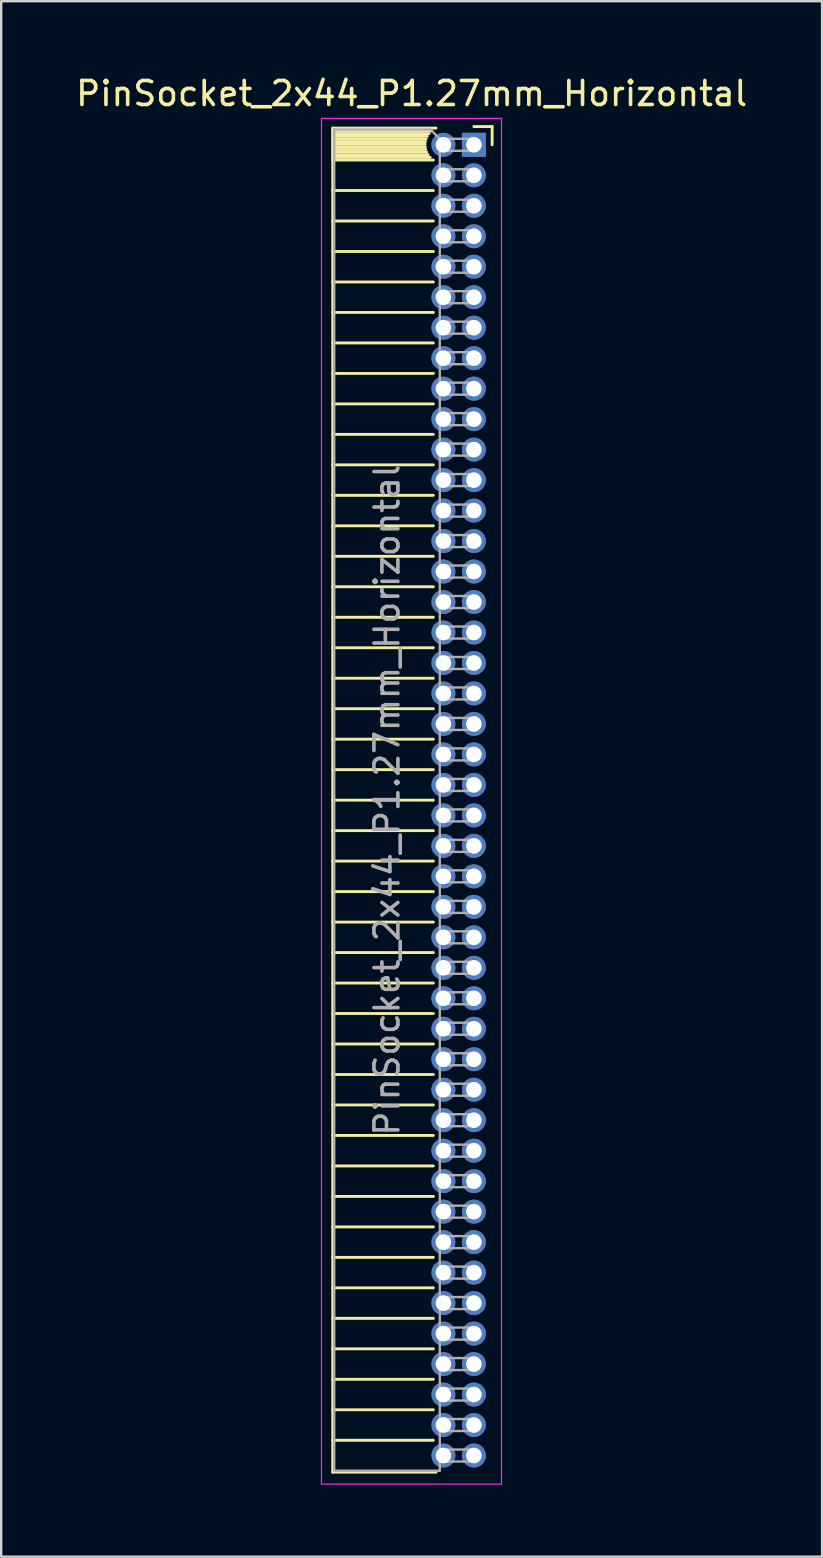
<source format=kicad_pcb>
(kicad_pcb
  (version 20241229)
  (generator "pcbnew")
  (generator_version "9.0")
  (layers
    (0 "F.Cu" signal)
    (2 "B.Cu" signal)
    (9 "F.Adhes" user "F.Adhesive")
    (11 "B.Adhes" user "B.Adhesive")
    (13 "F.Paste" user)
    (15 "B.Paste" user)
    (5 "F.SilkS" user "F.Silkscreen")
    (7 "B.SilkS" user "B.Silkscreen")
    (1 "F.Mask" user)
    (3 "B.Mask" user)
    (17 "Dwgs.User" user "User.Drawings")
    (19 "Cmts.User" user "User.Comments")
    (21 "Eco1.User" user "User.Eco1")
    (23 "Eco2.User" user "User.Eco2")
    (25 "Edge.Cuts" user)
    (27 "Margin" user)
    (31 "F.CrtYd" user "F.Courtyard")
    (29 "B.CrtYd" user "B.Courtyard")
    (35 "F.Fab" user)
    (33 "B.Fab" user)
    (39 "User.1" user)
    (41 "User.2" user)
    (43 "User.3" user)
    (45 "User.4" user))
  (footprint "PinSocket_2x44_P1.27mm_Horizontal"
    (layer "F.Cu")
    (at 16.694 2.983)
    (property "Reference" "PinSocket_2x44_P1.27mm_Horizontal" (at -2.592 -2.135 0) (layer "F.SilkS") (effects (font (size 1 1) (thickness 0.15))))
    (attr through_hole)
    (fp_line (start -5.88 -0.695) (end -5.88 55.305) (stroke (width 0.12) (type solid)) (layer "F.SilkS"))
    (fp_line (start -5.88 -0.695) (end -1.578 -0.695) (stroke (width 0.12) (type solid)) (layer "F.SilkS"))
    (fp_line (start -5.88 -0.575) (end -1.767 -0.575) (stroke (width 0.12) (type solid)) (layer "F.SilkS"))
    (fp_line (start -5.88 -0.465) (end -1.871 -0.465) (stroke (width 0.12) (type solid)) (layer "F.SilkS"))
    (fp_line (start -5.88 -0.355) (end -1.942 -0.355) (stroke (width 0.12) (type solid)) (layer "F.SilkS"))
    (fp_line (start -5.88 -0.245) (end -1.989 -0.245) (stroke (width 0.12) (type solid)) (layer "F.SilkS"))
    (fp_line (start -5.88 -0.135) (end -2.018 -0.135) (stroke (width 0.12) (type solid)) (layer "F.SilkS"))
    (fp_line (start -5.88 -0.025) (end -2.03 -0.025) (stroke (width 0.12) (type solid)) (layer "F.SilkS"))
    (fp_line (start -5.88 0.085) (end -2.025 0.085) (stroke (width 0.12) (type solid)) (layer "F.SilkS"))
    (fp_line (start -5.88 0.195) (end -2.005 0.195) (stroke (width 0.12) (type solid)) (layer "F.SilkS"))
    (fp_line (start -5.88 0.305) (end -1.966 0.305) (stroke (width 0.12) (type solid)) (layer "F.SilkS"))
    (fp_line (start -5.88 0.415) (end -1.907 0.415) (stroke (width 0.12) (type solid)) (layer "F.SilkS"))
    (fp_line (start -5.88 0.525) (end -1.82 0.525) (stroke (width 0.12) (type solid)) (layer "F.SilkS"))
    (fp_line (start -5.88 0.635) (end -1.688 0.635) (stroke (width 0.12) (type solid)) (layer "F.SilkS"))
    (fp_line (start -5.88 1.905) (end -1.688 1.905) (stroke (width 0.12) (type solid)) (layer "F.SilkS"))
    (fp_line (start -5.88 3.175) (end -1.688 3.175) (stroke (width 0.12) (type solid)) (layer "F.SilkS"))
    (fp_line (start -5.88 4.445) (end -1.688 4.445) (stroke (width 0.12) (type solid)) (layer "F.SilkS"))
    (fp_line (start -5.88 5.715) (end -1.688 5.715) (stroke (width 0.12) (type solid)) (layer "F.SilkS"))
    (fp_line (start -5.88 6.985) (end -1.688 6.985) (stroke (width 0.12) (type solid)) (layer "F.SilkS"))
    (fp_line (start -5.88 8.255) (end -1.688 8.255) (stroke (width 0.12) (type solid)) (layer "F.SilkS"))
    (fp_line (start -5.88 9.525) (end -1.688 9.525) (stroke (width 0.12) (type solid)) (layer "F.SilkS"))
    (fp_line (start -5.88 10.795) (end -1.688 10.795) (stroke (width 0.12) (type solid)) (layer "F.SilkS"))
    (fp_line (start -5.88 12.065) (end -1.688 12.065) (stroke (width 0.12) (type solid)) (layer "F.SilkS"))
    (fp_line (start -5.88 13.335) (end -1.688 13.335) (stroke (width 0.12) (type solid)) (layer "F.SilkS"))
    (fp_line (start -5.88 14.605) (end -1.688 14.605) (stroke (width 0.12) (type solid)) (layer "F.SilkS"))
    (fp_line (start -5.88 15.875) (end -1.688 15.875) (stroke (width 0.12) (type solid)) (layer "F.SilkS"))
    (fp_line (start -5.88 17.145) (end -1.688 17.145) (stroke (width 0.12) (type solid)) (layer "F.SilkS"))
    (fp_line (start -5.88 18.415) (end -1.688 18.415) (stroke (width 0.12) (type solid)) (layer "F.SilkS"))
    (fp_line (start -5.88 19.685) (end -1.688 19.685) (stroke (width 0.12) (type solid)) (layer "F.SilkS"))
    (fp_line (start -5.88 20.955) (end -1.688 20.955) (stroke (width 0.12) (type solid)) (layer "F.SilkS"))
    (fp_line (start -5.88 22.225) (end -1.688 22.225) (stroke (width 0.12) (type solid)) (layer "F.SilkS"))
    (fp_line (start -5.88 23.495) (end -1.688 23.495) (stroke (width 0.12) (type solid)) (layer "F.SilkS"))
    (fp_line (start -5.88 24.765) (end -1.688 24.765) (stroke (width 0.12) (type solid)) (layer "F.SilkS"))
    (fp_line (start -5.88 26.035) (end -1.688 26.035) (stroke (width 0.12) (type solid)) (layer "F.SilkS"))
    (fp_line (start -5.88 27.305) (end -1.688 27.305) (stroke (width 0.12) (type solid)) (layer "F.SilkS"))
    (fp_line (start -5.88 28.575) (end -1.688 28.575) (stroke (width 0.12) (type solid)) (layer "F.SilkS"))
    (fp_line (start -5.88 29.845) (end -1.688 29.845) (stroke (width 0.12) (type solid)) (layer "F.SilkS"))
    (fp_line (start -5.88 31.115) (end -1.688 31.115) (stroke (width 0.12) (type solid)) (layer "F.SilkS"))
    (fp_line (start -5.88 32.385) (end -1.688 32.385) (stroke (width 0.12) (type solid)) (layer "F.SilkS"))
    (fp_line (start -5.88 33.655) (end -1.688 33.655) (stroke (width 0.12) (type solid)) (layer "F.SilkS"))
    (fp_line (start -5.88 34.925) (end -1.688 34.925) (stroke (width 0.12) (type solid)) (layer "F.SilkS"))
    (fp_line (start -5.88 36.195) (end -1.688 36.195) (stroke (width 0.12) (type solid)) (layer "F.SilkS"))
    (fp_line (start -5.88 37.465) (end -1.688 37.465) (stroke (width 0.12) (type solid)) (layer "F.SilkS"))
    (fp_line (start -5.88 38.735) (end -1.688 38.735) (stroke (width 0.12) (type solid)) (layer "F.SilkS"))
    (fp_line (start -5.88 40.005) (end -1.688 40.005) (stroke (width 0.12) (type solid)) (layer "F.SilkS"))
    (fp_line (start -5.88 41.275) (end -1.688 41.275) (stroke (width 0.12) (type solid)) (layer "F.SilkS"))
    (fp_line (start -5.88 42.545) (end -1.688 42.545) (stroke (width 0.12) (type solid)) (layer "F.SilkS"))
    (fp_line (start -5.88 43.815) (end -1.688 43.815) (stroke (width 0.12) (type solid)) (layer "F.SilkS"))
    (fp_line (start -5.88 45.085) (end -1.688 45.085) (stroke (width 0.12) (type solid)) (layer "F.SilkS"))
    (fp_line (start -5.88 46.355) (end -1.688 46.355) (stroke (width 0.12) (type solid)) (layer "F.SilkS"))
    (fp_line (start -5.88 47.625) (end -1.688 47.625) (stroke (width 0.12) (type solid)) (layer "F.SilkS"))
    (fp_line (start -5.88 48.895) (end -1.688 48.895) (stroke (width 0.12) (type solid)) (layer "F.SilkS"))
    (fp_line (start -5.88 50.165) (end -1.688 50.165) (stroke (width 0.12) (type solid)) (layer "F.SilkS"))
    (fp_line (start -5.88 51.435) (end -1.688 51.435) (stroke (width 0.12) (type solid)) (layer "F.SilkS"))
    (fp_line (start -5.88 52.705) (end -1.688 52.705) (stroke (width 0.12) (type solid)) (layer "F.SilkS"))
    (fp_line (start -5.88 53.975) (end -1.688 53.975) (stroke (width 0.12) (type solid)) (layer "F.SilkS"))
    (fp_line (start -5.88 55.305) (end -1.578 55.305) (stroke (width 0.12) (type solid)) (layer "F.SilkS"))
    (fp_line (start 0 -0.76) (end 0.76 -0.76) (stroke (width 0.12) (type solid)) (layer "F.SilkS"))
    (fp_line (start 0.76 -0.76) (end 0.76 0) (stroke (width 0.12) (type solid)) (layer "F.SilkS"))
    (fp_line (start -6.35 -1.1) (end -6.35 55.8) (stroke (width 0.05) (type solid)) (layer "F.CrtYd"))
    (fp_line (start -6.35 55.8) (end 1.15 55.8) (stroke (width 0.05) (type solid)) (layer "F.CrtYd"))
    (fp_line (start 1.15 -1.1) (end -6.35 -1.1) (stroke (width 0.05) (type solid)) (layer "F.CrtYd"))
    (fp_line (start 1.15 55.8) (end 1.15 -1.1) (stroke (width 0.05) (type solid)) (layer "F.CrtYd"))
    (fp_line (start -5.82 -0.635) (end -1.805 -0.635) (stroke (width 0.1) (type solid)) (layer "F.Fab"))
    (fp_line (start -5.82 55.245) (end -5.82 -0.635) (stroke (width 0.1) (type solid)) (layer "F.Fab"))
    (fp_line (start -1.805 -0.635) (end -1.42 -0.25) (stroke (width 0.1) (type solid)) (layer "F.Fab"))
    (fp_line (start -1.42 -0.25) (end -1.42 55.245) (stroke (width 0.1) (type solid)) (layer "F.Fab"))
    (fp_line (start -1.42 0.25) (end 0 0.25) (stroke (width 0.1) (type solid)) (layer "F.Fab"))
    (fp_line (start -1.42 1.52) (end 0 1.52) (stroke (width 0.1) (type solid)) (layer "F.Fab"))
    (fp_line (start -1.42 2.79) (end 0 2.79) (stroke (width 0.1) (type solid)) (layer "F.Fab"))
    (fp_line (start -1.42 4.06) (end 0 4.06) (stroke (width 0.1) (type solid)) (layer "F.Fab"))
    (fp_line (start -1.42 5.33) (end 0 5.33) (stroke (width 0.1) (type solid)) (layer "F.Fab"))
    (fp_line (start -1.42 6.6) (end 0 6.6) (stroke (width 0.1) (type solid)) (layer "F.Fab"))
    (fp_line (start -1.42 7.87) (end 0 7.87) (stroke (width 0.1) (type solid)) (layer "F.Fab"))
    (fp_line (start -1.42 9.14) (end 0 9.14) (stroke (width 0.1) (type solid)) (layer "F.Fab"))
    (fp_line (start -1.42 10.41) (end 0 10.41) (stroke (width 0.1) (type solid)) (layer "F.Fab"))
    (fp_line (start -1.42 11.68) (end 0 11.68) (stroke (width 0.1) (type solid)) (layer "F.Fab"))
    (fp_line (start -1.42 12.95) (end 0 12.95) (stroke (width 0.1) (type solid)) (layer "F.Fab"))
    (fp_line (start -1.42 14.22) (end 0 14.22) (stroke (width 0.1) (type solid)) (layer "F.Fab"))
    (fp_line (start -1.42 15.49) (end 0 15.49) (stroke (width 0.1) (type solid)) (layer "F.Fab"))
    (fp_line (start -1.42 16.76) (end 0 16.76) (stroke (width 0.1) (type solid)) (layer "F.Fab"))
    (fp_line (start -1.42 18.03) (end 0 18.03) (stroke (width 0.1) (type solid)) (layer "F.Fab"))
    (fp_line (start -1.42 19.3) (end 0 19.3) (stroke (width 0.1) (type solid)) (layer "F.Fab"))
    (fp_line (start -1.42 20.57) (end 0 20.57) (stroke (width 0.1) (type solid)) (layer "F.Fab"))
    (fp_line (start -1.42 21.84) (end 0 21.84) (stroke (width 0.1) (type solid)) (layer "F.Fab"))
    (fp_line (start -1.42 23.11) (end 0 23.11) (stroke (width 0.1) (type solid)) (layer "F.Fab"))
    (fp_line (start -1.42 24.38) (end 0 24.38) (stroke (width 0.1) (type solid)) (layer "F.Fab"))
    (fp_line (start -1.42 25.65) (end 0 25.65) (stroke (width 0.1) (type solid)) (layer "F.Fab"))
    (fp_line (start -1.42 26.92) (end 0 26.92) (stroke (width 0.1) (type solid)) (layer "F.Fab"))
    (fp_line (start -1.42 28.19) (end 0 28.19) (stroke (width 0.1) (type solid)) (layer "F.Fab"))
    (fp_line (start -1.42 29.46) (end 0 29.46) (stroke (width 0.1) (type solid)) (layer "F.Fab"))
    (fp_line (start -1.42 30.73) (end 0 30.73) (stroke (width 0.1) (type solid)) (layer "F.Fab"))
    (fp_line (start -1.42 32) (end 0 32) (stroke (width 0.1) (type solid)) (layer "F.Fab"))
    (fp_line (start -1.42 33.27) (end 0 33.27) (stroke (width 0.1) (type solid)) (layer "F.Fab"))
    (fp_line (start -1.42 34.54) (end 0 34.54) (stroke (width 0.1) (type solid)) (layer "F.Fab"))
    (fp_line (start -1.42 35.81) (end 0 35.81) (stroke (width 0.1) (type solid)) (layer "F.Fab"))
    (fp_line (start -1.42 37.08) (end 0 37.08) (stroke (width 0.1) (type solid)) (layer "F.Fab"))
    (fp_line (start -1.42 38.35) (end 0 38.35) (stroke (width 0.1) (type solid)) (layer "F.Fab"))
    (fp_line (start -1.42 39.62) (end 0 39.62) (stroke (width 0.1) (type solid)) (layer "F.Fab"))
    (fp_line (start -1.42 40.89) (end 0 40.89) (stroke (width 0.1) (type solid)) (layer "F.Fab"))
    (fp_line (start -1.42 42.16) (end 0 42.16) (stroke (width 0.1) (type solid)) (layer "F.Fab"))
    (fp_line (start -1.42 43.43) (end 0 43.43) (stroke (width 0.1) (type solid)) (layer "F.Fab"))
    (fp_line (start -1.42 44.7) (end 0 44.7) (stroke (width 0.1) (type solid)) (layer "F.Fab"))
    (fp_line (start -1.42 45.97) (end 0 45.97) (stroke (width 0.1) (type solid)) (layer "F.Fab"))
    (fp_line (start -1.42 47.24) (end 0 47.24) (stroke (width 0.1) (type solid)) (layer "F.Fab"))
    (fp_line (start -1.42 48.51) (end 0 48.51) (stroke (width 0.1) (type solid)) (layer "F.Fab"))
    (fp_line (start -1.42 49.78) (end 0 49.78) (stroke (width 0.1) (type solid)) (layer "F.Fab"))
    (fp_line (start -1.42 51.05) (end 0 51.05) (stroke (width 0.1) (type solid)) (layer "F.Fab"))
    (fp_line (start -1.42 52.32) (end 0 52.32) (stroke (width 0.1) (type solid)) (layer "F.Fab"))
    (fp_line (start -1.42 53.59) (end 0 53.59) (stroke (width 0.1) (type solid)) (layer "F.Fab"))
    (fp_line (start -1.42 54.86) (end 0 54.86) (stroke (width 0.1) (type solid)) (layer "F.Fab"))
    (fp_line (start -1.42 55.245) (end -5.82 55.245) (stroke (width 0.1) (type solid)) (layer "F.Fab"))
    (fp_line (start 0 -0.25) (end -1.42 -0.25) (stroke (width 0.1) (type solid)) (layer "F.Fab"))
    (fp_line (start 0 0.25) (end 0 -0.25) (stroke (width 0.1) (type solid)) (layer "F.Fab"))
    (fp_line (start 0 1.02) (end -1.42 1.02) (stroke (width 0.1) (type solid)) (layer "F.Fab"))
    (fp_line (start 0 1.52) (end 0 1.02) (stroke (width 0.1) (type solid)) (layer "F.Fab"))
    (fp_line (start 0 2.29) (end -1.42 2.29) (stroke (width 0.1) (type solid)) (layer "F.Fab"))
    (fp_line (start 0 2.79) (end 0 2.29) (stroke (width 0.1) (type solid)) (layer "F.Fab"))
    (fp_line (start 0 3.56) (end -1.42 3.56) (stroke (width 0.1) (type solid)) (layer "F.Fab"))
    (fp_line (start 0 4.06) (end 0 3.56) (stroke (width 0.1) (type solid)) (layer "F.Fab"))
    (fp_line (start 0 4.83) (end -1.42 4.83) (stroke (width 0.1) (type solid)) (layer "F.Fab"))
    (fp_line (start 0 5.33) (end 0 4.83) (stroke (width 0.1) (type solid)) (layer "F.Fab"))
    (fp_line (start 0 6.1) (end -1.42 6.1) (stroke (width 0.1) (type solid)) (layer "F.Fab"))
    (fp_line (start 0 6.6) (end 0 6.1) (stroke (width 0.1) (type solid)) (layer "F.Fab"))
    (fp_line (start 0 7.37) (end -1.42 7.37) (stroke (width 0.1) (type solid)) (layer "F.Fab"))
    (fp_line (start 0 7.87) (end 0 7.37) (stroke (width 0.1) (type solid)) (layer "F.Fab"))
    (fp_line (start 0 8.64) (end -1.42 8.64) (stroke (width 0.1) (type solid)) (layer "F.Fab"))
    (fp_line (start 0 9.14) (end 0 8.64) (stroke (width 0.1) (type solid)) (layer "F.Fab"))
    (fp_line (start 0 9.91) (end -1.42 9.91) (stroke (width 0.1) (type solid)) (layer "F.Fab"))
    (fp_line (start 0 10.41) (end 0 9.91) (stroke (width 0.1) (type solid)) (layer "F.Fab"))
    (fp_line (start 0 11.18) (end -1.42 11.18) (stroke (width 0.1) (type solid)) (layer "F.Fab"))
    (fp_line (start 0 11.68) (end 0 11.18) (stroke (width 0.1) (type solid)) (layer "F.Fab"))
    (fp_line (start 0 12.45) (end -1.42 12.45) (stroke (width 0.1) (type solid)) (layer "F.Fab"))
    (fp_line (start 0 12.95) (end 0 12.45) (stroke (width 0.1) (type solid)) (layer "F.Fab"))
    (fp_line (start 0 13.72) (end -1.42 13.72) (stroke (width 0.1) (type solid)) (layer "F.Fab"))
    (fp_line (start 0 14.22) (end 0 13.72) (stroke (width 0.1) (type solid)) (layer "F.Fab"))
    (fp_line (start 0 14.99) (end -1.42 14.99) (stroke (width 0.1) (type solid)) (layer "F.Fab"))
    (fp_line (start 0 15.49) (end 0 14.99) (stroke (width 0.1) (type solid)) (layer "F.Fab"))
    (fp_line (start 0 16.26) (end -1.42 16.26) (stroke (width 0.1) (type solid)) (layer "F.Fab"))
    (fp_line (start 0 16.76) (end 0 16.26) (stroke (width 0.1) (type solid)) (layer "F.Fab"))
    (fp_line (start 0 17.53) (end -1.42 17.53) (stroke (width 0.1) (type solid)) (layer "F.Fab"))
    (fp_line (start 0 18.03) (end 0 17.53) (stroke (width 0.1) (type solid)) (layer "F.Fab"))
    (fp_line (start 0 18.8) (end -1.42 18.8) (stroke (width 0.1) (type solid)) (layer "F.Fab"))
    (fp_line (start 0 19.3) (end 0 18.8) (stroke (width 0.1) (type solid)) (layer "F.Fab"))
    (fp_line (start 0 20.07) (end -1.42 20.07) (stroke (width 0.1) (type solid)) (layer "F.Fab"))
    (fp_line (start 0 20.57) (end 0 20.07) (stroke (width 0.1) (type solid)) (layer "F.Fab"))
    (fp_line (start 0 21.34) (end -1.42 21.34) (stroke (width 0.1) (type solid)) (layer "F.Fab"))
    (fp_line (start 0 21.84) (end 0 21.34) (stroke (width 0.1) (type solid)) (layer "F.Fab"))
    (fp_line (start 0 22.61) (end -1.42 22.61) (stroke (width 0.1) (type solid)) (layer "F.Fab"))
    (fp_line (start 0 23.11) (end 0 22.61) (stroke (width 0.1) (type solid)) (layer "F.Fab"))
    (fp_line (start 0 23.88) (end -1.42 23.88) (stroke (width 0.1) (type solid)) (layer "F.Fab"))
    (fp_line (start 0 24.38) (end 0 23.88) (stroke (width 0.1) (type solid)) (layer "F.Fab"))
    (fp_line (start 0 25.15) (end -1.42 25.15) (stroke (width 0.1) (type solid)) (layer "F.Fab"))
    (fp_line (start 0 25.65) (end 0 25.15) (stroke (width 0.1) (type solid)) (layer "F.Fab"))
    (fp_line (start 0 26.42) (end -1.42 26.42) (stroke (width 0.1) (type solid)) (layer "F.Fab"))
    (fp_line (start 0 26.92) (end 0 26.42) (stroke (width 0.1) (type solid)) (layer "F.Fab"))
    (fp_line (start 0 27.69) (end -1.42 27.69) (stroke (width 0.1) (type solid)) (layer "F.Fab"))
    (fp_line (start 0 28.19) (end 0 27.69) (stroke (width 0.1) (type solid)) (layer "F.Fab"))
    (fp_line (start 0 28.96) (end -1.42 28.96) (stroke (width 0.1) (type solid)) (layer "F.Fab"))
    (fp_line (start 0 29.46) (end 0 28.96) (stroke (width 0.1) (type solid)) (layer "F.Fab"))
    (fp_line (start 0 30.23) (end -1.42 30.23) (stroke (width 0.1) (type solid)) (layer "F.Fab"))
    (fp_line (start 0 30.73) (end 0 30.23) (stroke (width 0.1) (type solid)) (layer "F.Fab"))
    (fp_line (start 0 31.5) (end -1.42 31.5) (stroke (width 0.1) (type solid)) (layer "F.Fab"))
    (fp_line (start 0 32) (end 0 31.5) (stroke (width 0.1) (type solid)) (layer "F.Fab"))
    (fp_line (start 0 32.77) (end -1.42 32.77) (stroke (width 0.1) (type solid)) (layer "F.Fab"))
    (fp_line (start 0 33.27) (end 0 32.77) (stroke (width 0.1) (type solid)) (layer "F.Fab"))
    (fp_line (start 0 34.04) (end -1.42 34.04) (stroke (width 0.1) (type solid)) (layer "F.Fab"))
    (fp_line (start 0 34.54) (end 0 34.04) (stroke (width 0.1) (type solid)) (layer "F.Fab"))
    (fp_line (start 0 35.31) (end -1.42 35.31) (stroke (width 0.1) (type solid)) (layer "F.Fab"))
    (fp_line (start 0 35.81) (end 0 35.31) (stroke (width 0.1) (type solid)) (layer "F.Fab"))
    (fp_line (start 0 36.58) (end -1.42 36.58) (stroke (width 0.1) (type solid)) (layer "F.Fab"))
    (fp_line (start 0 37.08) (end 0 36.58) (stroke (width 0.1) (type solid)) (layer "F.Fab"))
    (fp_line (start 0 37.85) (end -1.42 37.85) (stroke (width 0.1) (type solid)) (layer "F.Fab"))
    (fp_line (start 0 38.35) (end 0 37.85) (stroke (width 0.1) (type solid)) (layer "F.Fab"))
    (fp_line (start 0 39.12) (end -1.42 39.12) (stroke (width 0.1) (type solid)) (layer "F.Fab"))
    (fp_line (start 0 39.62) (end 0 39.12) (stroke (width 0.1) (type solid)) (layer "F.Fab"))
    (fp_line (start 0 40.39) (end -1.42 40.39) (stroke (width 0.1) (type solid)) (layer "F.Fab"))
    (fp_line (start 0 40.89) (end 0 40.39) (stroke (width 0.1) (type solid)) (layer "F.Fab"))
    (fp_line (start 0 41.66) (end -1.42 41.66) (stroke (width 0.1) (type solid)) (layer "F.Fab"))
    (fp_line (start 0 42.16) (end 0 41.66) (stroke (width 0.1) (type solid)) (layer "F.Fab"))
    (fp_line (start 0 42.93) (end -1.42 42.93) (stroke (width 0.1) (type solid)) (layer "F.Fab"))
    (fp_line (start 0 43.43) (end 0 42.93) (stroke (width 0.1) (type solid)) (layer "F.Fab"))
    (fp_line (start 0 44.2) (end -1.42 44.2) (stroke (width 0.1) (type solid)) (layer "F.Fab"))
    (fp_line (start 0 44.7) (end 0 44.2) (stroke (width 0.1) (type solid)) (layer "F.Fab"))
    (fp_line (start 0 45.47) (end -1.42 45.47) (stroke (width 0.1) (type solid)) (layer "F.Fab"))
    (fp_line (start 0 45.97) (end 0 45.47) (stroke (width 0.1) (type solid)) (layer "F.Fab"))
    (fp_line (start 0 46.74) (end -1.42 46.74) (stroke (width 0.1) (type solid)) (layer "F.Fab"))
    (fp_line (start 0 47.24) (end 0 46.74) (stroke (width 0.1) (type solid)) (layer "F.Fab"))
    (fp_line (start 0 48.01) (end -1.42 48.01) (stroke (width 0.1) (type solid)) (layer "F.Fab"))
    (fp_line (start 0 48.51) (end 0 48.01) (stroke (width 0.1) (type solid)) (layer "F.Fab"))
    (fp_line (start 0 49.28) (end -1.42 49.28) (stroke (width 0.1) (type solid)) (layer "F.Fab"))
    (fp_line (start 0 49.78) (end 0 49.28) (stroke (width 0.1) (type solid)) (layer "F.Fab"))
    (fp_line (start 0 50.55) (end -1.42 50.55) (stroke (width 0.1) (type solid)) (layer "F.Fab"))
    (fp_line (start 0 51.05) (end 0 50.55) (stroke (width 0.1) (type solid)) (layer "F.Fab"))
    (fp_line (start 0 51.82) (end -1.42 51.82) (stroke (width 0.1) (type solid)) (layer "F.Fab"))
    (fp_line (start 0 52.32) (end 0 51.82) (stroke (width 0.1) (type solid)) (layer "F.Fab"))
    (fp_line (start 0 53.09) (end -1.42 53.09) (stroke (width 0.1) (type solid)) (layer "F.Fab"))
    (fp_line (start 0 53.59) (end 0 53.09) (stroke (width 0.1) (type solid)) (layer "F.Fab"))
    (fp_line (start 0 54.36) (end -1.42 54.36) (stroke (width 0.1) (type solid)) (layer "F.Fab"))
    (fp_line (start 0 54.86) (end 0 54.36) (stroke (width 0.1) (type solid)) (layer "F.Fab"))
    (fp_text user "${REFERENCE}" (at -3.62 27.305 90) (layer "F.Fab") (effects (font (size 1 1) (thickness 0.15))))
    (pad "1" thru_hole rect (at 0 0) (size 1 1) (drill 0.65) (layers "*.Cu" "*.Mask"))
    (pad "2" thru_hole circle (at -1.27 0) (size 1 1) (drill 0.65) (layers "*.Cu" "*.Mask"))
    (pad "3" thru_hole circle (at 0 1.27) (size 1 1) (drill 0.65) (layers "*.Cu" "*.Mask"))
    (pad "4" thru_hole circle (at -1.27 1.27) (size 1 1) (drill 0.65) (layers "*.Cu" "*.Mask"))
    (pad "5" thru_hole circle (at 0 2.54) (size 1 1) (drill 0.65) (layers "*.Cu" "*.Mask"))
    (pad "6" thru_hole circle (at -1.27 2.54) (size 1 1) (drill 0.65) (layers "*.Cu" "*.Mask"))
    (pad "7" thru_hole circle (at 0 3.81) (size 1 1) (drill 0.65) (layers "*.Cu" "*.Mask"))
    (pad "8" thru_hole circle (at -1.27 3.81) (size 1 1) (drill 0.65) (layers "*.Cu" "*.Mask"))
    (pad "9" thru_hole circle (at 0 5.08) (size 1 1) (drill 0.65) (layers "*.Cu" "*.Mask"))
    (pad "10" thru_hole circle (at -1.27 5.08) (size 1 1) (drill 0.65) (layers "*.Cu" "*.Mask"))
    (pad "11" thru_hole circle (at 0 6.35) (size 1 1) (drill 0.65) (layers "*.Cu" "*.Mask"))
    (pad "12" thru_hole circle (at -1.27 6.35) (size 1 1) (drill 0.65) (layers "*.Cu" "*.Mask"))
    (pad "13" thru_hole circle (at 0 7.62) (size 1 1) (drill 0.65) (layers "*.Cu" "*.Mask"))
    (pad "14" thru_hole circle (at -1.27 7.62) (size 1 1) (drill 0.65) (layers "*.Cu" "*.Mask"))
    (pad "15" thru_hole circle (at 0 8.89) (size 1 1) (drill 0.65) (layers "*.Cu" "*.Mask"))
    (pad "16" thru_hole circle (at -1.27 8.89) (size 1 1) (drill 0.65) (layers "*.Cu" "*.Mask"))
    (pad "17" thru_hole circle (at 0 10.16) (size 1 1) (drill 0.65) (layers "*.Cu" "*.Mask"))
    (pad "18" thru_hole circle (at -1.27 10.16) (size 1 1) (drill 0.65) (layers "*.Cu" "*.Mask"))
    (pad "19" thru_hole circle (at 0 11.43) (size 1 1) (drill 0.65) (layers "*.Cu" "*.Mask"))
    (pad "20" thru_hole circle (at -1.27 11.43) (size 1 1) (drill 0.65) (layers "*.Cu" "*.Mask"))
    (pad "21" thru_hole circle (at 0 12.7) (size 1 1) (drill 0.65) (layers "*.Cu" "*.Mask"))
    (pad "22" thru_hole circle (at -1.27 12.7) (size 1 1) (drill 0.65) (layers "*.Cu" "*.Mask"))
    (pad "23" thru_hole circle (at 0 13.97) (size 1 1) (drill 0.65) (layers "*.Cu" "*.Mask"))
    (pad "24" thru_hole circle (at -1.27 13.97) (size 1 1) (drill 0.65) (layers "*.Cu" "*.Mask"))
    (pad "25" thru_hole circle (at 0 15.24) (size 1 1) (drill 0.65) (layers "*.Cu" "*.Mask"))
    (pad "26" thru_hole circle (at -1.27 15.24) (size 1 1) (drill 0.65) (layers "*.Cu" "*.Mask"))
    (pad "27" thru_hole circle (at 0 16.51) (size 1 1) (drill 0.65) (layers "*.Cu" "*.Mask"))
    (pad "28" thru_hole circle (at -1.27 16.51) (size 1 1) (drill 0.65) (layers "*.Cu" "*.Mask"))
    (pad "29" thru_hole circle (at 0 17.78) (size 1 1) (drill 0.65) (layers "*.Cu" "*.Mask"))
    (pad "30" thru_hole circle (at -1.27 17.78) (size 1 1) (drill 0.65) (layers "*.Cu" "*.Mask"))
    (pad "31" thru_hole circle (at 0 19.05) (size 1 1) (drill 0.65) (layers "*.Cu" "*.Mask"))
    (pad "32" thru_hole circle (at -1.27 19.05) (size 1 1) (drill 0.65) (layers "*.Cu" "*.Mask"))
    (pad "33" thru_hole circle (at 0 20.32) (size 1 1) (drill 0.65) (layers "*.Cu" "*.Mask"))
    (pad "34" thru_hole circle (at -1.27 20.32) (size 1 1) (drill 0.65) (layers "*.Cu" "*.Mask"))
    (pad "35" thru_hole circle (at 0 21.59) (size 1 1) (drill 0.65) (layers "*.Cu" "*.Mask"))
    (pad "36" thru_hole circle (at -1.27 21.59) (size 1 1) (drill 0.65) (layers "*.Cu" "*.Mask"))
    (pad "37" thru_hole circle (at 0 22.86) (size 1 1) (drill 0.65) (layers "*.Cu" "*.Mask"))
    (pad "38" thru_hole circle (at -1.27 22.86) (size 1 1) (drill 0.65) (layers "*.Cu" "*.Mask"))
    (pad "39" thru_hole circle (at 0 24.13) (size 1 1) (drill 0.65) (layers "*.Cu" "*.Mask"))
    (pad "40" thru_hole circle (at -1.27 24.13) (size 1 1) (drill 0.65) (layers "*.Cu" "*.Mask"))
    (pad "41" thru_hole circle (at 0 25.4) (size 1 1) (drill 0.65) (layers "*.Cu" "*.Mask"))
    (pad "42" thru_hole circle (at -1.27 25.4) (size 1 1) (drill 0.65) (layers "*.Cu" "*.Mask"))
    (pad "43" thru_hole circle (at 0 26.67) (size 1 1) (drill 0.65) (layers "*.Cu" "*.Mask"))
    (pad "44" thru_hole circle (at -1.27 26.67) (size 1 1) (drill 0.65) (layers "*.Cu" "*.Mask"))
    (pad "45" thru_hole circle (at 0 27.94) (size 1 1) (drill 0.65) (layers "*.Cu" "*.Mask"))
    (pad "46" thru_hole circle (at -1.27 27.94) (size 1 1) (drill 0.65) (layers "*.Cu" "*.Mask"))
    (pad "47" thru_hole circle (at 0 29.21) (size 1 1) (drill 0.65) (layers "*.Cu" "*.Mask"))
    (pad "48" thru_hole circle (at -1.27 29.21) (size 1 1) (drill 0.65) (layers "*.Cu" "*.Mask"))
    (pad "49" thru_hole circle (at 0 30.48) (size 1 1) (drill 0.65) (layers "*.Cu" "*.Mask"))
    (pad "50" thru_hole circle (at -1.27 30.48) (size 1 1) (drill 0.65) (layers "*.Cu" "*.Mask"))
    (pad "51" thru_hole circle (at 0 31.75) (size 1 1) (drill 0.65) (layers "*.Cu" "*.Mask"))
    (pad "52" thru_hole circle (at -1.27 31.75) (size 1 1) (drill 0.65) (layers "*.Cu" "*.Mask"))
    (pad "53" thru_hole circle (at 0 33.02) (size 1 1) (drill 0.65) (layers "*.Cu" "*.Mask"))
    (pad "54" thru_hole circle (at -1.27 33.02) (size 1 1) (drill 0.65) (layers "*.Cu" "*.Mask"))
    (pad "55" thru_hole circle (at 0 34.29) (size 1 1) (drill 0.65) (layers "*.Cu" "*.Mask"))
    (pad "56" thru_hole circle (at -1.27 34.29) (size 1 1) (drill 0.65) (layers "*.Cu" "*.Mask"))
    (pad "57" thru_hole circle (at 0 35.56) (size 1 1) (drill 0.65) (layers "*.Cu" "*.Mask"))
    (pad "58" thru_hole circle (at -1.27 35.56) (size 1 1) (drill 0.65) (layers "*.Cu" "*.Mask"))
    (pad "59" thru_hole circle (at 0 36.83) (size 1 1) (drill 0.65) (layers "*.Cu" "*.Mask"))
    (pad "60" thru_hole circle (at -1.27 36.83) (size 1 1) (drill 0.65) (layers "*.Cu" "*.Mask"))
    (pad "61" thru_hole circle (at 0 38.1) (size 1 1) (drill 0.65) (layers "*.Cu" "*.Mask"))
    (pad "62" thru_hole circle (at -1.27 38.1) (size 1 1) (drill 0.65) (layers "*.Cu" "*.Mask"))
    (pad "63" thru_hole circle (at 0 39.37) (size 1 1) (drill 0.65) (layers "*.Cu" "*.Mask"))
    (pad "64" thru_hole circle (at -1.27 39.37) (size 1 1) (drill 0.65) (layers "*.Cu" "*.Mask"))
    (pad "65" thru_hole circle (at 0 40.64) (size 1 1) (drill 0.65) (layers "*.Cu" "*.Mask"))
    (pad "66" thru_hole circle (at -1.27 40.64) (size 1 1) (drill 0.65) (layers "*.Cu" "*.Mask"))
    (pad "67" thru_hole circle (at 0 41.91) (size 1 1) (drill 0.65) (layers "*.Cu" "*.Mask"))
    (pad "68" thru_hole circle (at -1.27 41.91) (size 1 1) (drill 0.65) (layers "*.Cu" "*.Mask"))
    (pad "69" thru_hole circle (at 0 43.18) (size 1 1) (drill 0.65) (layers "*.Cu" "*.Mask"))
    (pad "70" thru_hole circle (at -1.27 43.18) (size 1 1) (drill 0.65) (layers "*.Cu" "*.Mask"))
    (pad "71" thru_hole circle (at 0 44.45) (size 1 1) (drill 0.65) (layers "*.Cu" "*.Mask"))
    (pad "72" thru_hole circle (at -1.27 44.45) (size 1 1) (drill 0.65) (layers "*.Cu" "*.Mask"))
    (pad "73" thru_hole circle (at 0 45.72) (size 1 1) (drill 0.65) (layers "*.Cu" "*.Mask"))
    (pad "74" thru_hole circle (at -1.27 45.72) (size 1 1) (drill 0.65) (layers "*.Cu" "*.Mask"))
    (pad "75" thru_hole circle (at 0 46.99) (size 1 1) (drill 0.65) (layers "*.Cu" "*.Mask"))
    (pad "76" thru_hole circle (at -1.27 46.99) (size 1 1) (drill 0.65) (layers "*.Cu" "*.Mask"))
    (pad "77" thru_hole circle (at 0 48.26) (size 1 1) (drill 0.65) (layers "*.Cu" "*.Mask"))
    (pad "78" thru_hole circle (at -1.27 48.26) (size 1 1) (drill 0.65) (layers "*.Cu" "*.Mask"))
    (pad "79" thru_hole circle (at 0 49.53) (size 1 1) (drill 0.65) (layers "*.Cu" "*.Mask"))
    (pad "80" thru_hole circle (at -1.27 49.53) (size 1 1) (drill 0.65) (layers "*.Cu" "*.Mask"))
    (pad "81" thru_hole circle (at 0 50.8) (size 1 1) (drill 0.65) (layers "*.Cu" "*.Mask"))
    (pad "82" thru_hole circle (at -1.27 50.8) (size 1 1) (drill 0.65) (layers "*.Cu" "*.Mask"))
    (pad "83" thru_hole circle (at 0 52.07) (size 1 1) (drill 0.65) (layers "*.Cu" "*.Mask"))
    (pad "84" thru_hole circle (at -1.27 52.07) (size 1 1) (drill 0.65) (layers "*.Cu" "*.Mask"))
    (pad "85" thru_hole circle (at 0 53.34) (size 1 1) (drill 0.65) (layers "*.Cu" "*.Mask"))
    (pad "86" thru_hole circle (at -1.27 53.34) (size 1 1) (drill 0.65) (layers "*.Cu" "*.Mask"))
    (pad "87" thru_hole circle (at 0 54.61) (size 1 1) (drill 0.65) (layers "*.Cu" "*.Mask"))
    (pad "88" thru_hole circle (at -1.27 54.61) (size 1 1) (drill 0.65) (layers "*.Cu" "*.Mask")))
  (gr_rect
    (start -3 -3)
    (end 31.202 61.808)
    (stroke (width 0.1) (type default))
    (fill no)
    (layer "Edge.Cuts")))
</source>
